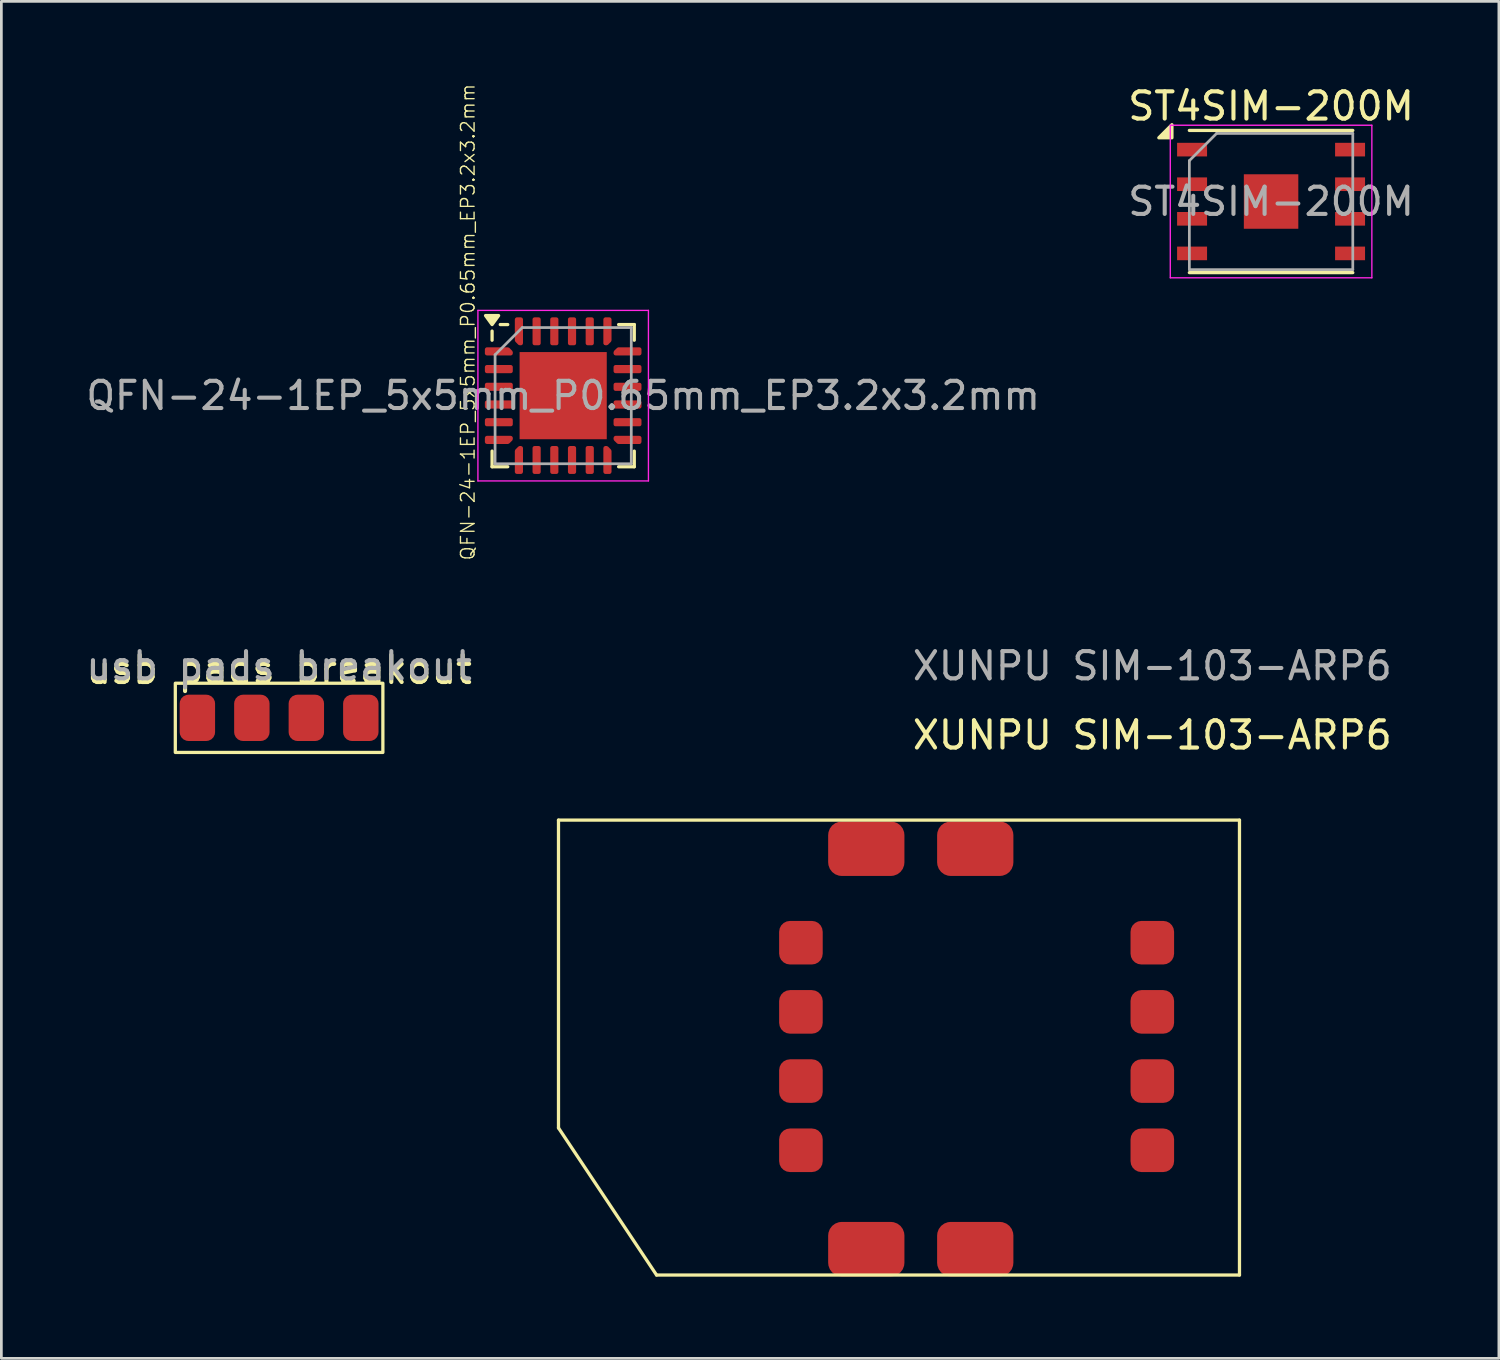
<source format=kicad_pcb>
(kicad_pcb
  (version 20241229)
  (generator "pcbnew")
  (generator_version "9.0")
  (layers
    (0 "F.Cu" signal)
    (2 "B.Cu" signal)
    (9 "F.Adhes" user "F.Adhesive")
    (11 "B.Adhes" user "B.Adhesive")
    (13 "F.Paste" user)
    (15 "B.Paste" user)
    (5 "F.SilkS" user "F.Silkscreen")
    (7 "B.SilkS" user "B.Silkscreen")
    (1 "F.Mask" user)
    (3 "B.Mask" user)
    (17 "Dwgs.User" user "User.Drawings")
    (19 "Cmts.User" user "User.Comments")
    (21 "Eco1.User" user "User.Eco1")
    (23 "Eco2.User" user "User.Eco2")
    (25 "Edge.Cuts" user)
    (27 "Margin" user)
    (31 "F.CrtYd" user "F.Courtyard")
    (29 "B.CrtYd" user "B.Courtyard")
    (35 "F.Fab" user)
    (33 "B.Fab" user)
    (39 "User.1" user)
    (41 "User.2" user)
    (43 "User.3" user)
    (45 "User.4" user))
  (footprint "QFN-24-1EP_5x5mm_P0.65mm_EP3.2x3.2mm"
    (layer "F.Cu")
    (at 17.625 11.475)
    (property "Reference" "QFN-24-1EP_5x5mm_P0.65mm_EP3.2x3.2mm" (at -3.5 -2.7 90) (layer "F.SilkS") (effects (font (size 0.5 0.5) (thickness 0.05))))
    (attr smd)
    (fp_line (start -2.61 -2.035) (end -2.61 -2.37) (stroke (width 0.12) (type solid)) (layer "F.SilkS"))
    (fp_line (start -2.61 2.61) (end -2.61 2.035) (stroke (width 0.12) (type solid)) (layer "F.SilkS"))
    (fp_line (start -2.035 -2.61) (end -2.31 -2.61) (stroke (width 0.12) (type solid)) (layer "F.SilkS"))
    (fp_line (start -2.035 2.61) (end -2.61 2.61) (stroke (width 0.12) (type solid)) (layer "F.SilkS"))
    (fp_line (start 2.035 -2.61) (end 2.61 -2.61) (stroke (width 0.12) (type solid)) (layer "F.SilkS"))
    (fp_line (start 2.035 2.61) (end 2.61 2.61) (stroke (width 0.12) (type solid)) (layer "F.SilkS"))
    (fp_line (start 2.61 -2.61) (end 2.61 -2.035) (stroke (width 0.12) (type solid)) (layer "F.SilkS"))
    (fp_line (start 2.61 2.61) (end 2.61 2.035) (stroke (width 0.12) (type solid)) (layer "F.SilkS"))
    (fp_poly (pts (xy -2.61 -2.61) (xy -2.85 -2.94) (xy -2.37 -2.94) (xy -2.61 -2.61)) (stroke (width 0.12) (type solid)) (fill yes) (layer "F.SilkS"))
    (fp_line (start -3.13 -3.13) (end -3.13 3.13) (stroke (width 0.05) (type solid)) (layer "F.CrtYd"))
    (fp_line (start -3.13 3.13) (end 3.13 3.13) (stroke (width 0.05) (type solid)) (layer "F.CrtYd"))
    (fp_line (start 3.13 -3.13) (end -3.13 -3.13) (stroke (width 0.05) (type solid)) (layer "F.CrtYd"))
    (fp_line (start 3.13 3.13) (end 3.13 -3.13) (stroke (width 0.05) (type solid)) (layer "F.CrtYd"))
    (fp_line (start -2.5 -1.5) (end -1.5 -2.5) (stroke (width 0.1) (type solid)) (layer "F.Fab"))
    (fp_line (start -2.5 2.5) (end -2.5 -1.5) (stroke (width 0.1) (type solid)) (layer "F.Fab"))
    (fp_line (start -1.5 -2.5) (end 2.5 -2.5) (stroke (width 0.1) (type solid)) (layer "F.Fab"))
    (fp_line (start 2.5 -2.5) (end 2.5 2.5) (stroke (width 0.1) (type solid)) (layer "F.Fab"))
    (fp_line (start 2.5 2.5) (end -2.5 2.5) (stroke (width 0.1) (type solid)) (layer "F.Fab"))
    (fp_text user "${REFERENCE}" (at 0 0 180) (layer "F.Fab") (effects (font (size 1 1) (thickness 0.15))))
    (pad "" smd roundrect (at -0.8 -0.8) (size 1.29 1.29) (layers "F.Paste") (roundrect_rratio 0.194))
    (pad "" smd roundrect (at -0.8 0.8) (size 1.29 1.29) (layers "F.Paste") (roundrect_rratio 0.194))
    (pad "" smd roundrect (at 0.8 -0.8) (size 1.29 1.29) (layers "F.Paste") (roundrect_rratio 0.194))
    (pad "" smd roundrect (at 0.8 0.8) (size 1.29 1.29) (layers "F.Paste") (roundrect_rratio 0.194))
    (pad "1" smd custom (at -2.362 -1.625) (size 0.194 0.194) (layers "F.Cu" "F.Mask" "F.Paste") (options (anchor circle)) (primitives (gr_poly (pts (xy -0.438 -0.075) (xy 0.331 -0.075) (xy 0.438 0.031) (xy 0.438 0.075) (xy -0.438 0.075)) (width 0.15) (fill yes))))
    (pad "2" smd roundrect (at -2.362 -0.975) (size 1.025 0.3) (layers "F.Cu" "F.Mask" "F.Paste") (roundrect_rratio 0.25))
    (pad "3" smd roundrect (at -2.362 -0.325) (size 1.025 0.3) (layers "F.Cu" "F.Mask" "F.Paste") (roundrect_rratio 0.25))
    (pad "4" smd roundrect (at -2.362 0.325) (size 1.025 0.3) (layers "F.Cu" "F.Mask" "F.Paste") (roundrect_rratio 0.25))
    (pad "5" smd roundrect (at -2.362 0.975) (size 1.025 0.3) (layers "F.Cu" "F.Mask" "F.Paste") (roundrect_rratio 0.25))
    (pad "6" smd custom (at -2.362 1.625) (size 0.194 0.194) (layers "F.Cu" "F.Mask" "F.Paste") (options (anchor circle)) (primitives (gr_poly (pts (xy -0.438 -0.075) (xy 0.438 -0.075) (xy 0.438 -0.031) (xy 0.331 0.075) (xy -0.438 0.075)) (width 0.15) (fill yes))))
    (pad "7" smd custom (at -1.625 2.362) (size 0.194 0.194) (layers "F.Cu" "F.Mask" "F.Paste") (options (anchor circle)) (primitives (gr_poly (pts (xy -0.075 -0.331) (xy 0.031 -0.438) (xy 0.075 -0.438) (xy 0.075 0.438) (xy -0.075 0.438)) (width 0.15) (fill yes))))
    (pad "8" smd roundrect (at -0.975 2.362) (size 0.3 1.025) (layers "F.Cu" "F.Mask" "F.Paste") (roundrect_rratio 0.25))
    (pad "9" smd roundrect (at -0.325 2.362) (size 0.3 1.025) (layers "F.Cu" "F.Mask" "F.Paste") (roundrect_rratio 0.25))
    (pad "10" smd roundrect (at 0.325 2.362) (size 0.3 1.025) (layers "F.Cu" "F.Mask" "F.Paste") (roundrect_rratio 0.25))
    (pad "11" smd roundrect (at 0.975 2.362) (size 0.3 1.025) (layers "F.Cu" "F.Mask" "F.Paste") (roundrect_rratio 0.25))
    (pad "12" smd custom (at 1.625 2.362) (size 0.194 0.194) (layers "F.Cu" "F.Mask" "F.Paste") (options (anchor circle)) (primitives (gr_poly (pts (xy -0.075 -0.438) (xy -0.031 -0.438) (xy 0.075 -0.331) (xy 0.075 0.438) (xy -0.075 0.438)) (width 0.15) (fill yes))))
    (pad "13" smd custom (at 2.362 1.625) (size 0.194 0.194) (layers "F.Cu" "F.Mask" "F.Paste") (options (anchor circle)) (primitives (gr_poly (pts (xy -0.438 -0.075) (xy 0.438 -0.075) (xy 0.438 0.075) (xy -0.331 0.075) (xy -0.438 -0.031)) (width 0.15) (fill yes))))
    (pad "14" smd roundrect (at 2.362 0.975) (size 1.025 0.3) (layers "F.Cu" "F.Mask" "F.Paste") (roundrect_rratio 0.25))
    (pad "15" smd roundrect (at 2.362 0.325) (size 1.025 0.3) (layers "F.Cu" "F.Mask" "F.Paste") (roundrect_rratio 0.25))
    (pad "16" smd roundrect (at 2.362 -0.325) (size 1.025 0.3) (layers "F.Cu" "F.Mask" "F.Paste") (roundrect_rratio 0.25))
    (pad "17" smd roundrect (at 2.362 -0.975) (size 1.025 0.3) (layers "F.Cu" "F.Mask" "F.Paste") (roundrect_rratio 0.25))
    (pad "18" smd custom (at 2.362 -1.625) (size 0.194 0.194) (layers "F.Cu" "F.Mask" "F.Paste") (options (anchor circle)) (primitives (gr_poly (pts (xy -0.438 0.031) (xy -0.331 -0.075) (xy 0.438 -0.075) (xy 0.438 0.075) (xy -0.438 0.075)) (width 0.15) (fill yes))))
    (pad "19" smd custom (at 1.625 -2.362) (size 0.194 0.194) (layers "F.Cu" "F.Mask" "F.Paste") (options (anchor circle)) (primitives (gr_poly (pts (xy -0.075 -0.438) (xy 0.075 -0.438) (xy 0.075 0.331) (xy -0.031 0.438) (xy -0.075 0.438)) (width 0.15) (fill yes))))
    (pad "20" smd roundrect (at 0.975 -2.362) (size 0.3 1.025) (layers "F.Cu" "F.Mask" "F.Paste") (roundrect_rratio 0.25))
    (pad "21" smd roundrect (at 0.325 -2.362) (size 0.3 1.025) (layers "F.Cu" "F.Mask" "F.Paste") (roundrect_rratio 0.25))
    (pad "22" smd roundrect (at -0.325 -2.362) (size 0.3 1.025) (layers "F.Cu" "F.Mask" "F.Paste") (roundrect_rratio 0.25))
    (pad "23" smd roundrect (at -0.975 -2.362) (size 0.3 1.025) (layers "F.Cu" "F.Mask" "F.Paste") (roundrect_rratio 0.25))
    (pad "24" smd custom (at -1.625 -2.362) (size 0.194 0.194) (layers "F.Cu" "F.Mask" "F.Paste") (options (anchor circle)) (primitives (gr_poly (pts (xy -0.075 -0.438) (xy 0.075 -0.438) (xy 0.075 0.438) (xy 0.031 0.438) (xy -0.075 0.331)) (width 0.15) (fill yes))))
    (pad "25" smd rect (at 0 0) (size 3.2 3.2) (property pad_prop_heatsink) (layers "F.Cu" "F.Mask")))
  (footprint "usb pads breakout"
    (layer "F.Cu")
    (at 7.196 23.303)
    (property "Reference" "usb pads breakout" (at 0 -1.77 0) (unlocked yes) (layer "F.SilkS") (effects (font (size 1 1) (thickness 0.15))))
    (attr smd)
    (fp_rect (start -3.81 1.27) (end 3.81 -1.27) (stroke (width 0.12) (type solid)) (fill no) (layer "F.SilkS"))
    (fp_text user "${REFERENCE}" (at 0 -1.905 0) (unlocked yes) (layer "F.Fab") (effects (font (size 1 1) (thickness 0.15))))
    (pad "1" smd roundrect (at 3 0) (size 1.3 1.7) (layers "F.Cu" "F.Mask" "F.Paste") (roundrect_rratio 0.25))
    (pad "2" smd roundrect (at 1 0) (size 1.3 1.7) (layers "F.Cu" "F.Mask" "F.Paste") (roundrect_rratio 0.25))
    (pad "3" smd roundrect (at -1 0) (size 1.3 1.7) (layers "F.Cu" "F.Mask" "F.Paste") (roundrect_rratio 0.25))
    (pad "4" smd roundrect (at -3 0) (size 1.3 1.7) (layers "F.Cu" "F.Mask" "F.Paste") (roundrect_rratio 0.25)))
  (footprint "XUNPU SIM-103-ARP6"
    (layer "F.Cu")
    (at 39.253 31.558)
    (property "Reference" "XUNPU SIM-103-ARP6" (at 0 -7.62 0) (unlocked yes) (layer "F.SilkS") (effects (font (size 1 1) (thickness 0.15))))
    (attr smd)
    (fp_line (start -21.8 6.8) (end -21.8 -4.5) (stroke (width 0.12) (type solid)) (layer "F.SilkS"))
    (fp_line (start -18.2 12.2) (end -21.8 6.8) (stroke (width 0.12) (type solid)) (layer "F.SilkS"))
    (fp_line (start 3.2 -4.5) (end -21.8 -4.5) (stroke (width 0.12) (type solid)) (layer "F.SilkS"))
    (fp_line (start 3.2 -4.5) (end 3.2 12.2) (stroke (width 0.12) (type solid)) (layer "F.SilkS"))
    (fp_line (start 3.2 12.2) (end -18.2 12.2) (stroke (width 0.12) (type solid)) (layer "F.SilkS"))
    (fp_text user "${REFERENCE}" (at 0 -10.16 0) (unlocked yes) (layer "F.Fab") (effects (font (size 1 1) (thickness 0.15))))
    (pad "1" smd roundrect (at 0 0) (size 1.6 1.6) (layers "F.Cu" "F.Mask" "F.Paste") (roundrect_rratio 0.25))
    (pad "2" smd roundrect (at 0 2.54) (size 1.6 1.6) (layers "F.Cu" "F.Mask" "F.Paste") (roundrect_rratio 0.25))
    (pad "3" smd roundrect (at 0 5.08) (size 1.6 1.6) (layers "F.Cu" "F.Mask" "F.Paste") (roundrect_rratio 0.25))
    (pad "4" smd roundrect (at 0 7.62) (size 1.6 1.6) (layers "F.Cu" "F.Mask" "F.Paste") (roundrect_rratio 0.25))
    (pad "5" smd roundrect (at -12.9 0) (size 1.6 1.6) (layers "F.Cu" "F.Mask" "F.Paste") (roundrect_rratio 0.25))
    (pad "6" smd roundrect (at -12.9 2.54) (size 1.6 1.6) (layers "F.Cu" "F.Mask" "F.Paste") (roundrect_rratio 0.25))
    (pad "7" smd roundrect (at -12.9 5.08) (size 1.6 1.6) (layers "F.Cu" "F.Mask" "F.Paste") (roundrect_rratio 0.25))
    (pad "8" smd roundrect (at -12.9 7.62) (size 1.6 1.6) (layers "F.Cu" "F.Mask" "F.Paste") (roundrect_rratio 0.25))
    (pad "sh" smd roundrect (at -10.5 -3.45) (size 2.8 2) (layers "F.Cu" "F.Mask" "F.Paste") (roundrect_rratio 0.25))
    (pad "sh" smd roundrect (at -10.5 11.25) (size 2.8 2) (layers "F.Cu" "F.Mask" "F.Paste") (roundrect_rratio 0.25))
    (pad "sh" smd roundrect (at -6.5 -3.45) (size 2.8 2) (layers "F.Cu" "F.Mask" "F.Paste") (roundrect_rratio 0.25))
    (pad "sh" smd roundrect (at -6.5 11.25) (size 2.8 2) (layers "F.Cu" "F.Mask" "F.Paste") (roundrect_rratio 0.25)))
  (footprint "ST4SIM-200M"
    (layer "F.Cu")
    (at 43.613 4.348)
    (property "Reference" "ST4SIM-200M" (at 0 -3.5 0) (layer "F.SilkS") (effects (font (size 1 1) (thickness 0.15))))
    (attr smd)
    (fp_line (start -3 -2.61) (end 3 -2.61) (stroke (width 0.12) (type solid)) (layer "F.SilkS"))
    (fp_line (start -3 2.61) (end 3 2.61) (stroke (width 0.12) (type solid)) (layer "F.SilkS"))
    (fp_poly (pts (xy -3.64 -2.34) (xy -4.12 -2.34) (xy -3.64 -2.82) (xy -3.64 -2.34)) (stroke (width 0.12) (type solid)) (fill yes) (layer "F.SilkS"))
    (fp_line (start -3.7 -2.8) (end 3.7 -2.8) (stroke (width 0.05) (type solid)) (layer "F.CrtYd"))
    (fp_line (start -3.7 2.8) (end -3.7 -2.8) (stroke (width 0.05) (type solid)) (layer "F.CrtYd"))
    (fp_line (start 3.7 -2.8) (end 3.7 2.8) (stroke (width 0.05) (type solid)) (layer "F.CrtYd"))
    (fp_line (start 3.7 2.8) (end -3.7 2.8) (stroke (width 0.05) (type solid)) (layer "F.CrtYd"))
    (fp_line (start -3 2.5) (end -3 -1.5) (stroke (width 0.1) (type solid)) (layer "F.Fab"))
    (fp_line (start -2 -2.5) (end -3 -1.5) (stroke (width 0.1) (type solid)) (layer "F.Fab"))
    (fp_line (start -2 -2.5) (end 3 -2.5) (stroke (width 0.1) (type solid)) (layer "F.Fab"))
    (fp_line (start 3 -2.5) (end 3 2.5) (stroke (width 0.1) (type solid)) (layer "F.Fab"))
    (fp_line (start 3 2.5) (end -3 2.5) (stroke (width 0.1) (type solid)) (layer "F.Fab"))
    (fp_text user "${REFERENCE}" (at 0 0 0) (layer "F.Fab") (effects (font (size 1 1) (thickness 0.15))))
    (pad "" smd rect (at -0.5 -0.5 270) (size 0.8 0.8) (layers "F.Paste"))
    (pad "" smd rect (at -0.5 0.5 270) (size 0.8 0.8) (layers "F.Paste"))
    (pad "" smd rect (at 0.5 -0.5 270) (size 0.8 0.8) (layers "F.Paste"))
    (pad "" smd rect (at 0.5 0.5 270) (size 0.8 0.8) (layers "F.Paste"))
    (pad "1" smd rect (at -2.9 -1.905 270) (size 0.5 1.1) (layers "F.Cu" "F.Mask" "F.Paste"))
    (pad "2" smd rect (at -2.9 -0.635 270) (size 0.5 1.1) (layers "F.Cu" "F.Mask" "F.Paste"))
    (pad "3" smd rect (at -2.9 0.635 270) (size 0.5 1.1) (layers "F.Cu" "F.Mask" "F.Paste"))
    (pad "4" smd rect (at -2.9 1.905 270) (size 0.5 1.1) (layers "F.Cu" "F.Mask" "F.Paste"))
    (pad "5" smd rect (at 2.9 1.905 270) (size 0.5 1.1) (layers "F.Cu" "F.Mask" "F.Paste"))
    (pad "6" smd rect (at 2.9 0.635 270) (size 0.5 1.1) (layers "F.Cu" "F.Mask" "F.Paste"))
    (pad "7" smd rect (at 2.9 -0.635 270) (size 0.5 1.1) (layers "F.Cu" "F.Mask" "F.Paste"))
    (pad "8" smd rect (at 2.9 -1.905 270) (size 0.5 1.1) (layers "F.Cu" "F.Mask" "F.Paste"))
    (pad "9" smd rect (at 0 0 270) (size 2 2) (layers "F.Cu" "F.Mask")))
  (gr_rect
    (start -3 -3)
    (end 51.976 46.818)
    (stroke (width 0.1) (type default))
    (fill no)
    (layer "Edge.Cuts")))
</source>
